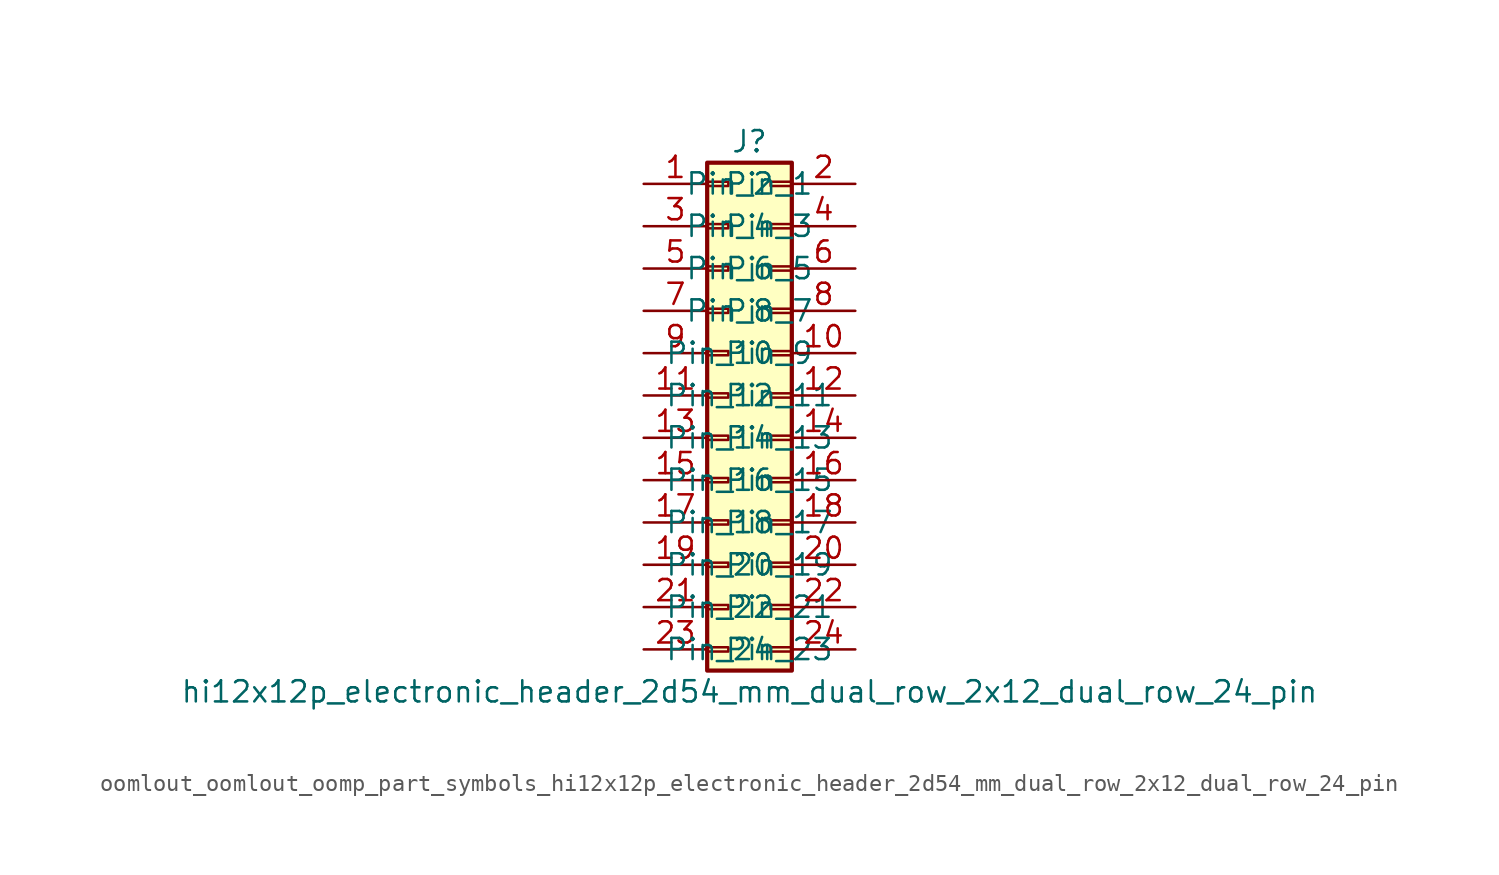
<source format=kicad_sym>
(kicad_symbol_lib
  (version 20220914)
  (generator kicad_symbol_editor)
  (symbol "oomlout_oomlout_oomp_part_symbols_hi12x12p_electronic_header_2d54_mm_dual_row_2x12_dual_row_24_pin"
    (pin_names
      (offset 1.016))
    (property "Reference" "J"
      (at 1.27 15.24 0)
      (effects (font (size 1.27 1.27))))
    (property "Value" "hi12x12p_electronic_header_2d54_mm_dual_row_2x12_dual_row_24_pin"
      (at 1.27 -17.78 0)
      (effects (font (size 1.27 1.27))))
    (symbol "oomlout_oomlout_oomp_part_symbols_hi12x12p_electronic_header_2d54_mm_dual_row_2x12_dual_row_24_pin_1_1"
      (rectangle (start -1.27 -15.113) (end 0 -15.367) (stroke (width 0.152) (type default)) (fill (type none)))
      (rectangle (start -1.27 -12.573) (end 0 -12.827) (stroke (width 0.152) (type default)) (fill (type none)))
      (rectangle (start -1.27 -10.033) (end 0 -10.287) (stroke (width 0.152) (type default)) (fill (type none)))
      (rectangle (start -1.27 -7.493) (end 0 -7.747) (stroke (width 0.152) (type default)) (fill (type none)))
      (rectangle (start -1.27 -4.953) (end 0 -5.207) (stroke (width 0.152) (type default)) (fill (type none)))
      (rectangle (start -1.27 -2.413) (end 0 -2.667) (stroke (width 0.152) (type default)) (fill (type none)))
      (rectangle (start -1.27 0.127) (end 0 -0.127) (stroke (width 0.152) (type default)) (fill (type none)))
      (rectangle (start -1.27 2.667) (end 0 2.413) (stroke (width 0.152) (type default)) (fill (type none)))
      (rectangle (start -1.27 5.207) (end 0 4.953) (stroke (width 0.152) (type default)) (fill (type none)))
      (rectangle (start -1.27 7.747) (end 0 7.493) (stroke (width 0.152) (type default)) (fill (type none)))
      (rectangle (start -1.27 10.287) (end 0 10.033) (stroke (width 0.152) (type default)) (fill (type none)))
      (rectangle (start -1.27 12.827) (end 0 12.573) (stroke (width 0.152) (type default)) (fill (type none)))
      (rectangle (start -1.27 13.97) (end 3.81 -16.51) (stroke (width 0.254) (type default)) (fill (type background)))
      (rectangle (start 3.81 -15.113) (end 2.54 -15.367) (stroke (width 0.152) (type default)) (fill (type none)))
      (rectangle (start 3.81 -12.573) (end 2.54 -12.827) (stroke (width 0.152) (type default)) (fill (type none)))
      (rectangle (start 3.81 -10.033) (end 2.54 -10.287) (stroke (width 0.152) (type default)) (fill (type none)))
      (rectangle (start 3.81 -7.493) (end 2.54 -7.747) (stroke (width 0.152) (type default)) (fill (type none)))
      (rectangle (start 3.81 -4.953) (end 2.54 -5.207) (stroke (width 0.152) (type default)) (fill (type none)))
      (rectangle (start 3.81 -2.413) (end 2.54 -2.667) (stroke (width 0.152) (type default)) (fill (type none)))
      (rectangle (start 3.81 0.127) (end 2.54 -0.127) (stroke (width 0.152) (type default)) (fill (type none)))
      (rectangle (start 3.81 2.667) (end 2.54 2.413) (stroke (width 0.152) (type default)) (fill (type none)))
      (rectangle (start 3.81 5.207) (end 2.54 4.953) (stroke (width 0.152) (type default)) (fill (type none)))
      (rectangle (start 3.81 7.747) (end 2.54 7.493) (stroke (width 0.152) (type default)) (fill (type none)))
      (rectangle (start 3.81 10.287) (end 2.54 10.033) (stroke (width 0.152) (type default)) (fill (type none)))
      (rectangle (start 3.81 12.827) (end 2.54 12.573) (stroke (width 0.152) (type default)) (fill (type none)))
      (pin passive line (at -5.08 12.7 0) (length 3.81) (name "Pin_1" (effects (font (size 1.27 1.27)))) (number "1" (effects (font (size 1.27 1.27)))))
      (pin passive line (at 7.62 2.54 180) (length 3.81) (name "Pin_10" (effects (font (size 1.27 1.27)))) (number "10" (effects (font (size 1.27 1.27)))))
      (pin passive line (at -5.08 0 0) (length 3.81) (name "Pin_11" (effects (font (size 1.27 1.27)))) (number "11" (effects (font (size 1.27 1.27)))))
      (pin passive line (at 7.62 0 180) (length 3.81) (name "Pin_12" (effects (font (size 1.27 1.27)))) (number "12" (effects (font (size 1.27 1.27)))))
      (pin passive line (at -5.08 -2.54 0) (length 3.81) (name "Pin_13" (effects (font (size 1.27 1.27)))) (number "13" (effects (font (size 1.27 1.27)))))
      (pin passive line (at 7.62 -2.54 180) (length 3.81) (name "Pin_14" (effects (font (size 1.27 1.27)))) (number "14" (effects (font (size 1.27 1.27)))))
      (pin passive line (at -5.08 -5.08 0) (length 3.81) (name "Pin_15" (effects (font (size 1.27 1.27)))) (number "15" (effects (font (size 1.27 1.27)))))
      (pin passive line (at 7.62 -5.08 180) (length 3.81) (name "Pin_16" (effects (font (size 1.27 1.27)))) (number "16" (effects (font (size 1.27 1.27)))))
      (pin passive line (at -5.08 -7.62 0) (length 3.81) (name "Pin_17" (effects (font (size 1.27 1.27)))) (number "17" (effects (font (size 1.27 1.27)))))
      (pin passive line (at 7.62 -7.62 180) (length 3.81) (name "Pin_18" (effects (font (size 1.27 1.27)))) (number "18" (effects (font (size 1.27 1.27)))))
      (pin passive line (at -5.08 -10.16 0) (length 3.81) (name "Pin_19" (effects (font (size 1.27 1.27)))) (number "19" (effects (font (size 1.27 1.27)))))
      (pin passive line (at 7.62 12.7 180) (length 3.81) (name "Pin_2" (effects (font (size 1.27 1.27)))) (number "2" (effects (font (size 1.27 1.27)))))
      (pin passive line (at 7.62 -10.16 180) (length 3.81) (name "Pin_20" (effects (font (size 1.27 1.27)))) (number "20" (effects (font (size 1.27 1.27)))))
      (pin passive line (at -5.08 -12.7 0) (length 3.81) (name "Pin_21" (effects (font (size 1.27 1.27)))) (number "21" (effects (font (size 1.27 1.27)))))
      (pin passive line (at 7.62 -12.7 180) (length 3.81) (name "Pin_22" (effects (font (size 1.27 1.27)))) (number "22" (effects (font (size 1.27 1.27)))))
      (pin passive line (at -5.08 -15.24 0) (length 3.81) (name "Pin_23" (effects (font (size 1.27 1.27)))) (number "23" (effects (font (size 1.27 1.27)))))
      (pin passive line (at 7.62 -15.24 180) (length 3.81) (name "Pin_24" (effects (font (size 1.27 1.27)))) (number "24" (effects (font (size 1.27 1.27)))))
      (pin passive line (at -5.08 10.16 0) (length 3.81) (name "Pin_3" (effects (font (size 1.27 1.27)))) (number "3" (effects (font (size 1.27 1.27)))))
      (pin passive line (at 7.62 10.16 180) (length 3.81) (name "Pin_4" (effects (font (size 1.27 1.27)))) (number "4" (effects (font (size 1.27 1.27)))))
      (pin passive line (at -5.08 7.62 0) (length 3.81) (name "Pin_5" (effects (font (size 1.27 1.27)))) (number "5" (effects (font (size 1.27 1.27)))))
      (pin passive line (at 7.62 7.62 180) (length 3.81) (name "Pin_6" (effects (font (size 1.27 1.27)))) (number "6" (effects (font (size 1.27 1.27)))))
      (pin passive line (at -5.08 5.08 0) (length 3.81) (name "Pin_7" (effects (font (size 1.27 1.27)))) (number "7" (effects (font (size 1.27 1.27)))))
      (pin passive line (at 7.62 5.08 180) (length 3.81) (name "Pin_8" (effects (font (size 1.27 1.27)))) (number "8" (effects (font (size 1.27 1.27)))))
      (pin passive line (at -5.08 2.54 0) (length 3.81) (name "Pin_9" (effects (font (size 1.27 1.27)))) (number "9" (effects (font (size 1.27 1.27))))))))
</source>
